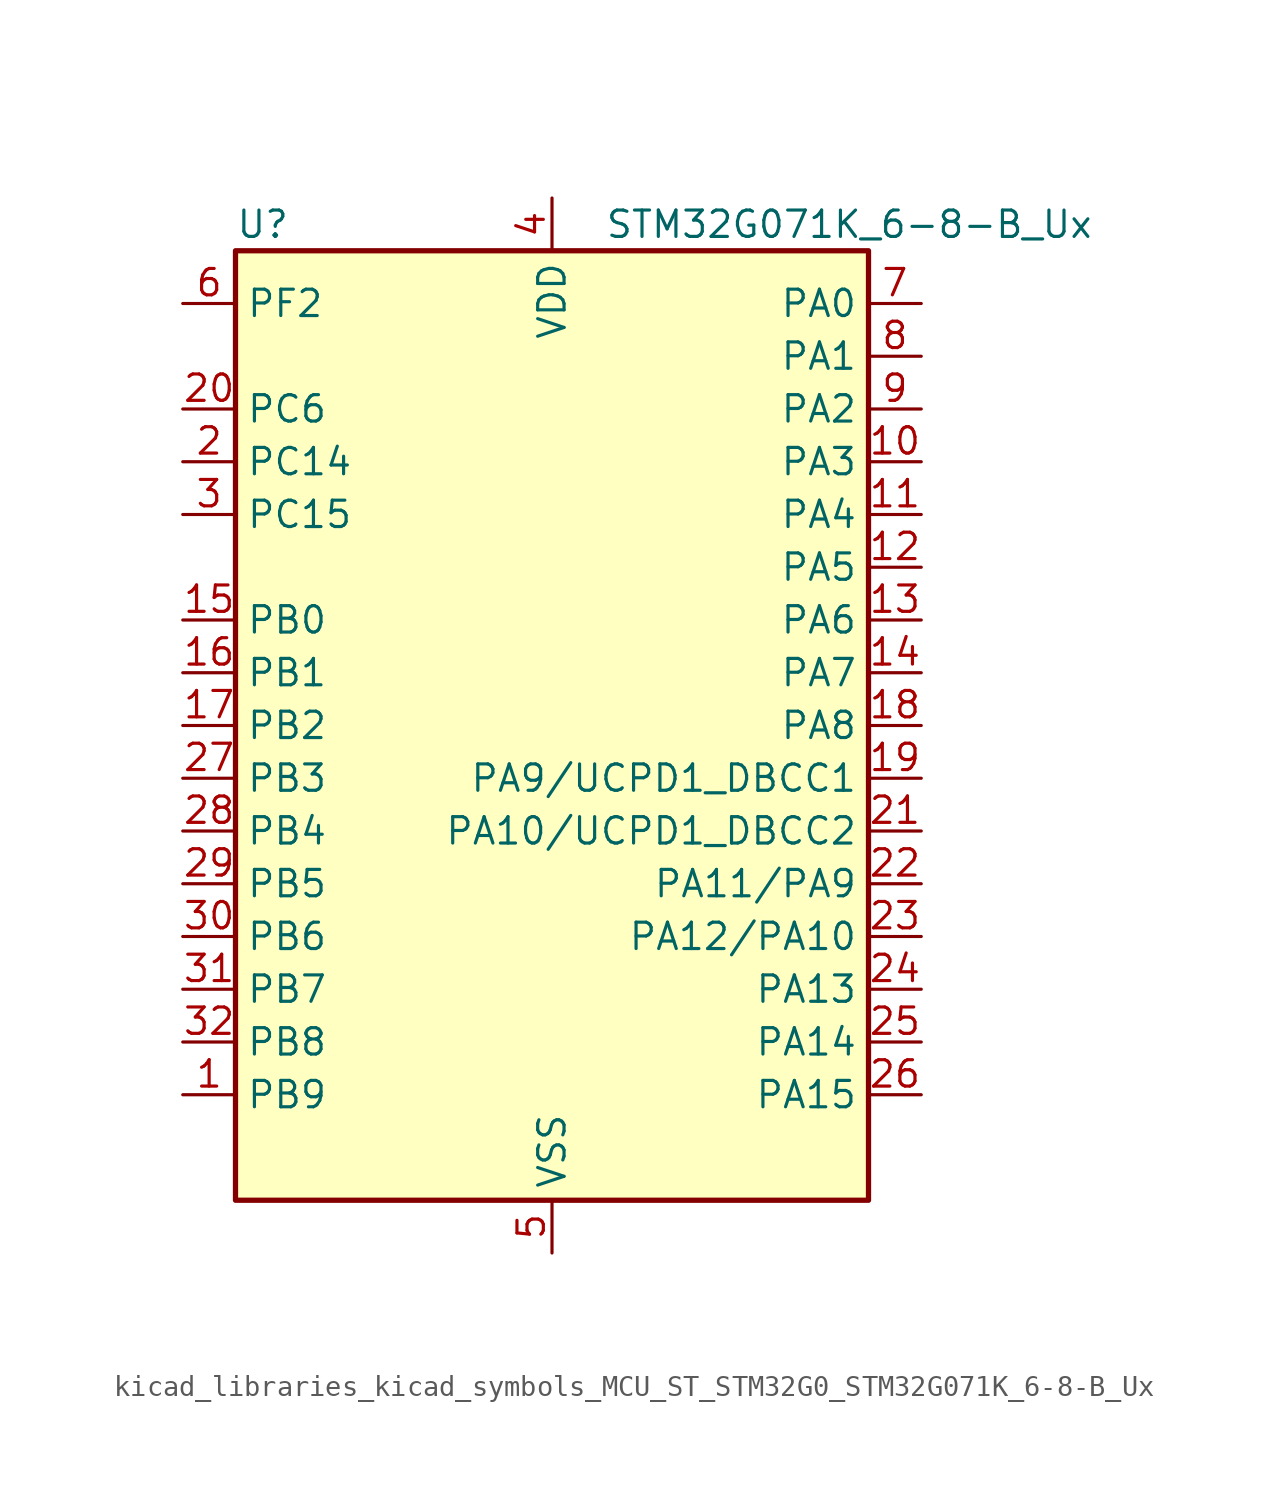
<source format=kicad_sym>
(kicad_symbol_lib
  (version 20220914)
  (generator kicad_symbol_editor)
  (symbol "kicad_libraries_kicad_symbols_MCU_ST_STM32G0_STM32G071K_6-8-B_Ux"
    (property "Reference" "U"
      (at -15.24 24.13 0)
      (effects (font (size 1.27 1.27)) (justify left)))
    (property "Value" "STM32G071K_6-8-B_Ux"
      (at 2.54 24.13 0)
      (effects (font (size 1.27 1.27)) (justify left)))
    (property "ki_locked" ""
      (at 0 0 0)
      (effects (font (size 1.27 1.27))))
    (symbol "kicad_libraries_kicad_symbols_MCU_ST_STM32G0_STM32G071K_6-8-B_Ux_0_1"
      (rectangle (start -15.24 -22.86) (end 15.24 22.86) (stroke (width 0.254) (type default)) (fill (type background))))
    (symbol "kicad_libraries_kicad_symbols_MCU_ST_STM32G0_STM32G071K_6-8-B_Ux_1_1"
      (pin bidirectional line (at -17.78 -17.78 0) (length 2.54) (name "PB9" (effects (font (size 1.27 1.27)))) (number "1" (effects (font (size 1.27 1.27)))) (alternate "DAC1_EXTI9" bidirectional line) (alternate "I2C1_SDA" bidirectional line) (alternate "IR_OUT" bidirectional line) (alternate "SPI2_NSS" bidirectional line) (alternate "TIM17_CH1" bidirectional line) (alternate "USART3_RX" bidirectional line))
      (pin bidirectional line (at 17.78 12.7 180) (length 2.54) (name "PA3" (effects (font (size 1.27 1.27)))) (number "10" (effects (font (size 1.27 1.27)))) (alternate "ADC1_IN3" bidirectional line) (alternate "COMP2_INP" bidirectional line) (alternate "LPUART1_RX" bidirectional line) (alternate "SPI2_MISO" bidirectional line) (alternate "TIM15_CH2" bidirectional line) (alternate "TIM2_CH4" bidirectional line) (alternate "USART2_RX" bidirectional line))
      (pin bidirectional line (at 17.78 10.16 180) (length 2.54) (name "PA4" (effects (font (size 1.27 1.27)))) (number "11" (effects (font (size 1.27 1.27)))) (alternate "ADC1_IN4" bidirectional line) (alternate "DAC1_OUT1" bidirectional line) (alternate "I2S1_WS" bidirectional line) (alternate "LPTIM2_OUT" bidirectional line) (alternate "RTC_OUT_ALARM" bidirectional line) (alternate "RTC_OUT_CALIB" bidirectional line) (alternate "RTC_TAMP_IN1" bidirectional line) (alternate "RTC_TS" bidirectional line) (alternate "SPI1_NSS" bidirectional line) (alternate "SPI2_MOSI" bidirectional line) (alternate "SYS_WKUP2" bidirectional line) (alternate "TIM14_CH1" bidirectional line))
      (pin bidirectional line (at 17.78 7.62 180) (length 2.54) (name "PA5" (effects (font (size 1.27 1.27)))) (number "12" (effects (font (size 1.27 1.27)))) (alternate "ADC1_IN5" bidirectional line) (alternate "CEC" bidirectional line) (alternate "DAC1_OUT2" bidirectional line) (alternate "I2S1_CK" bidirectional line) (alternate "LPTIM2_ETR" bidirectional line) (alternate "SPI1_SCK" bidirectional line) (alternate "TIM2_CH1" bidirectional line) (alternate "TIM2_ETR" bidirectional line) (alternate "UCPD1_FRSTX1" bidirectional line) (alternate "UCPD1_FRSTX2" bidirectional line) (alternate "USART3_TX" bidirectional line))
      (pin bidirectional line (at 17.78 5.08 180) (length 2.54) (name "PA6" (effects (font (size 1.27 1.27)))) (number "13" (effects (font (size 1.27 1.27)))) (alternate "ADC1_IN6" bidirectional line) (alternate "COMP1_OUT" bidirectional line) (alternate "I2S1_MCK" bidirectional line) (alternate "LPUART1_CTS" bidirectional line) (alternate "SPI1_MISO" bidirectional line) (alternate "TIM16_CH1" bidirectional line) (alternate "TIM1_BK" bidirectional line) (alternate "TIM3_CH1" bidirectional line) (alternate "USART3_CTS" bidirectional line) (alternate "USART3_NSS" bidirectional line))
      (pin bidirectional line (at 17.78 2.54 180) (length 2.54) (name "PA7" (effects (font (size 1.27 1.27)))) (number "14" (effects (font (size 1.27 1.27)))) (alternate "ADC1_IN7" bidirectional line) (alternate "COMP2_OUT" bidirectional line) (alternate "I2S1_SD" bidirectional line) (alternate "SPI1_MOSI" bidirectional line) (alternate "TIM14_CH1" bidirectional line) (alternate "TIM17_CH1" bidirectional line) (alternate "TIM1_CH1N" bidirectional line) (alternate "TIM3_CH2" bidirectional line) (alternate "UCPD1_FRSTX1" bidirectional line) (alternate "UCPD1_FRSTX2" bidirectional line))
      (pin bidirectional line (at -17.78 5.08 0) (length 2.54) (name "PB0" (effects (font (size 1.27 1.27)))) (number "15" (effects (font (size 1.27 1.27)))) (alternate "ADC1_IN8" bidirectional line) (alternate "COMP1_OUT" bidirectional line) (alternate "I2S1_WS" bidirectional line) (alternate "LPTIM1_OUT" bidirectional line) (alternate "SPI1_NSS" bidirectional line) (alternate "TIM1_CH2N" bidirectional line) (alternate "TIM3_CH3" bidirectional line) (alternate "UCPD1_FRSTX1" bidirectional line) (alternate "UCPD1_FRSTX2" bidirectional line) (alternate "USART3_RX" bidirectional line))
      (pin bidirectional line (at -17.78 2.54 0) (length 2.54) (name "PB1" (effects (font (size 1.27 1.27)))) (number "16" (effects (font (size 1.27 1.27)))) (alternate "ADC1_IN9" bidirectional line) (alternate "COMP1_INM" bidirectional line) (alternate "LPTIM2_IN1" bidirectional line) (alternate "LPUART1_DE" bidirectional line) (alternate "LPUART1_RTS" bidirectional line) (alternate "TIM14_CH1" bidirectional line) (alternate "TIM1_CH3N" bidirectional line) (alternate "TIM3_CH4" bidirectional line) (alternate "USART3_CK" bidirectional line) (alternate "USART3_DE" bidirectional line) (alternate "USART3_RTS" bidirectional line))
      (pin bidirectional line (at -17.78 0 0) (length 2.54) (name "PB2" (effects (font (size 1.27 1.27)))) (number "17" (effects (font (size 1.27 1.27)))) (alternate "ADC1_IN10" bidirectional line) (alternate "COMP1_INP" bidirectional line) (alternate "LPTIM1_OUT" bidirectional line) (alternate "SPI2_MISO" bidirectional line) (alternate "USART3_TX" bidirectional line))
      (pin bidirectional line (at 17.78 0 180) (length 2.54) (name "PA8" (effects (font (size 1.27 1.27)))) (number "18" (effects (font (size 1.27 1.27)))) (alternate "LPTIM2_OUT" bidirectional line) (alternate "RCC_MCO" bidirectional line) (alternate "SPI2_NSS" bidirectional line) (alternate "TIM1_CH1" bidirectional line) (alternate "UCPD1_CC1" bidirectional line))
      (pin bidirectional line (at 17.78 -2.54 180) (length 2.54) (name "PA9/UCPD1_DBCC1" (effects (font (size 1.27 1.27)))) (number "19" (effects (font (size 1.27 1.27)))) (alternate "DAC1_EXTI9" bidirectional line) (alternate "I2C1_SCL" bidirectional line) (alternate "RCC_MCO" bidirectional line) (alternate "SPI2_MISO" bidirectional line) (alternate "TIM15_BK" bidirectional line) (alternate "TIM1_CH2" bidirectional line) (alternate "UCPD1_DBCC1" bidirectional line) (alternate "USART1_TX" bidirectional line))
      (pin bidirectional line (at -17.78 12.7 0) (length 2.54) (name "PC14" (effects (font (size 1.27 1.27)))) (number "2" (effects (font (size 1.27 1.27)))) (alternate "RCC_OSC32_IN" bidirectional line) (alternate "RCC_OSC_IN" bidirectional line) (alternate "TIM1_BK2" bidirectional line))
      (pin bidirectional line (at -17.78 15.24 0) (length 2.54) (name "PC6" (effects (font (size 1.27 1.27)))) (number "20" (effects (font (size 1.27 1.27)))) (alternate "TIM2_CH3" bidirectional line) (alternate "TIM3_CH1" bidirectional line) (alternate "UCPD1_FRSTX1" bidirectional line) (alternate "UCPD1_FRSTX2" bidirectional line))
      (pin bidirectional line (at 17.78 -5.08 180) (length 2.54) (name "PA10/UCPD1_DBCC2" (effects (font (size 1.27 1.27)))) (number "21" (effects (font (size 1.27 1.27)))) (alternate "I2C1_SDA" bidirectional line) (alternate "SPI2_MOSI" bidirectional line) (alternate "TIM17_BK" bidirectional line) (alternate "TIM1_CH3" bidirectional line) (alternate "UCPD1_DBCC2" bidirectional line) (alternate "USART1_RX" bidirectional line))
      (pin bidirectional line (at 17.78 -7.62 180) (length 2.54) (name "PA11/PA9" (effects (font (size 1.27 1.27)))) (number "22" (effects (font (size 1.27 1.27)))) (alternate "ADC1_EXTI11" bidirectional line) (alternate "COMP1_OUT" bidirectional line) (alternate "I2C2_SCL" bidirectional line) (alternate "I2S1_MCK" bidirectional line) (alternate "SPI1_MISO" bidirectional line) (alternate "TIM1_BK2" bidirectional line) (alternate "TIM1_CH4" bidirectional line) (alternate "USART1_CTS" bidirectional line) (alternate "USART1_NSS" bidirectional line))
      (pin bidirectional line (at 17.78 -10.16 180) (length 2.54) (name "PA12/PA10" (effects (font (size 1.27 1.27)))) (number "23" (effects (font (size 1.27 1.27)))) (alternate "COMP2_OUT" bidirectional line) (alternate "I2C2_SDA" bidirectional line) (alternate "I2S1_SD" bidirectional line) (alternate "I2S_CKIN" bidirectional line) (alternate "SPI1_MOSI" bidirectional line) (alternate "TIM1_ETR" bidirectional line) (alternate "USART1_CK" bidirectional line) (alternate "USART1_DE" bidirectional line) (alternate "USART1_RTS" bidirectional line))
      (pin bidirectional line (at 17.78 -12.7 180) (length 2.54) (name "PA13" (effects (font (size 1.27 1.27)))) (number "24" (effects (font (size 1.27 1.27)))) (alternate "IR_OUT" bidirectional line) (alternate "SYS_SWDIO" bidirectional line))
      (pin bidirectional line (at 17.78 -15.24 180) (length 2.54) (name "PA14" (effects (font (size 1.27 1.27)))) (number "25" (effects (font (size 1.27 1.27)))) (alternate "SYS_SWCLK" bidirectional line) (alternate "USART2_TX" bidirectional line))
      (pin bidirectional line (at 17.78 -17.78 180) (length 2.54) (name "PA15" (effects (font (size 1.27 1.27)))) (number "26" (effects (font (size 1.27 1.27)))) (alternate "I2S1_WS" bidirectional line) (alternate "SPI1_NSS" bidirectional line) (alternate "TIM2_CH1" bidirectional line) (alternate "TIM2_ETR" bidirectional line) (alternate "USART2_RX" bidirectional line) (alternate "USART3_CK" bidirectional line) (alternate "USART3_DE" bidirectional line) (alternate "USART3_RTS" bidirectional line) (alternate "USART4_CK" bidirectional line) (alternate "USART4_DE" bidirectional line) (alternate "USART4_RTS" bidirectional line))
      (pin bidirectional line (at -17.78 -2.54 0) (length 2.54) (name "PB3" (effects (font (size 1.27 1.27)))) (number "27" (effects (font (size 1.27 1.27)))) (alternate "COMP2_INM" bidirectional line) (alternate "I2S1_CK" bidirectional line) (alternate "SPI1_SCK" bidirectional line) (alternate "TIM1_CH2" bidirectional line) (alternate "TIM2_CH2" bidirectional line) (alternate "USART1_CK" bidirectional line) (alternate "USART1_DE" bidirectional line) (alternate "USART1_RTS" bidirectional line))
      (pin bidirectional line (at -17.78 -5.08 0) (length 2.54) (name "PB4" (effects (font (size 1.27 1.27)))) (number "28" (effects (font (size 1.27 1.27)))) (alternate "COMP2_INP" bidirectional line) (alternate "I2S1_MCK" bidirectional line) (alternate "SPI1_MISO" bidirectional line) (alternate "TIM17_BK" bidirectional line) (alternate "TIM3_CH1" bidirectional line) (alternate "USART1_CTS" bidirectional line) (alternate "USART1_NSS" bidirectional line))
      (pin bidirectional line (at -17.78 -7.62 0) (length 2.54) (name "PB5" (effects (font (size 1.27 1.27)))) (number "29" (effects (font (size 1.27 1.27)))) (alternate "COMP2_OUT" bidirectional line) (alternate "I2C1_SMBA" bidirectional line) (alternate "I2S1_SD" bidirectional line) (alternate "LPTIM1_IN1" bidirectional line) (alternate "SPI1_MOSI" bidirectional line) (alternate "SYS_WKUP6" bidirectional line) (alternate "TIM16_BK" bidirectional line) (alternate "TIM3_CH2" bidirectional line))
      (pin bidirectional line (at -17.78 10.16 0) (length 2.54) (name "PC15" (effects (font (size 1.27 1.27)))) (number "3" (effects (font (size 1.27 1.27)))) (alternate "RCC_OSC32_EN" bidirectional line) (alternate "RCC_OSC32_OUT" bidirectional line) (alternate "RCC_OSC_EN" bidirectional line) (alternate "TIM15_BK" bidirectional line))
      (pin bidirectional line (at -17.78 -10.16 0) (length 2.54) (name "PB6" (effects (font (size 1.27 1.27)))) (number "30" (effects (font (size 1.27 1.27)))) (alternate "COMP2_INP" bidirectional line) (alternate "I2C1_SCL" bidirectional line) (alternate "LPTIM1_ETR" bidirectional line) (alternate "SPI2_MISO" bidirectional line) (alternate "TIM16_CH1N" bidirectional line) (alternate "TIM1_CH3" bidirectional line) (alternate "USART1_TX" bidirectional line))
      (pin bidirectional line (at -17.78 -12.7 0) (length 2.54) (name "PB7" (effects (font (size 1.27 1.27)))) (number "31" (effects (font (size 1.27 1.27)))) (alternate "COMP2_INM" bidirectional line) (alternate "I2C1_SDA" bidirectional line) (alternate "LPTIM1_IN2" bidirectional line) (alternate "SPI2_MOSI" bidirectional line) (alternate "SYS_PVD_IN" bidirectional line) (alternate "TIM17_CH1N" bidirectional line) (alternate "USART1_RX" bidirectional line) (alternate "USART4_CTS" bidirectional line) (alternate "USART4_NSS" bidirectional line))
      (pin bidirectional line (at -17.78 -15.24 0) (length 2.54) (name "PB8" (effects (font (size 1.27 1.27)))) (number "32" (effects (font (size 1.27 1.27)))) (alternate "CEC" bidirectional line) (alternate "I2C1_SCL" bidirectional line) (alternate "SPI2_SCK" bidirectional line) (alternate "TIM15_BK" bidirectional line) (alternate "TIM16_CH1" bidirectional line) (alternate "USART3_TX" bidirectional line))
      (pin passive line (at 0 -25.4 90) (length 2.54) hide (name "VSS" (effects (font (size 1.27 1.27)))) (number "33" (effects (font (size 1.27 1.27)))))
      (pin power_in line (at 0 25.4 270) (length 2.54) (name "VDD" (effects (font (size 1.27 1.27)))) (number "4" (effects (font (size 1.27 1.27)))))
      (pin power_in line (at 0 -25.4 90) (length 2.54) (name "VSS" (effects (font (size 1.27 1.27)))) (number "5" (effects (font (size 1.27 1.27)))))
      (pin bidirectional line (at -17.78 20.32 0) (length 2.54) (name "PF2" (effects (font (size 1.27 1.27)))) (number "6" (effects (font (size 1.27 1.27)))) (alternate "RCC_MCO" bidirectional line))
      (pin bidirectional line (at 17.78 20.32 180) (length 2.54) (name "PA0" (effects (font (size 1.27 1.27)))) (number "7" (effects (font (size 1.27 1.27)))) (alternate "ADC1_IN0" bidirectional line) (alternate "COMP1_INM" bidirectional line) (alternate "COMP1_OUT" bidirectional line) (alternate "LPTIM1_OUT" bidirectional line) (alternate "RTC_TAMP_IN2" bidirectional line) (alternate "SPI2_SCK" bidirectional line) (alternate "SYS_WKUP1" bidirectional line) (alternate "TIM2_CH1" bidirectional line) (alternate "TIM2_ETR" bidirectional line) (alternate "USART2_CTS" bidirectional line) (alternate "USART2_NSS" bidirectional line) (alternate "USART4_TX" bidirectional line))
      (pin bidirectional line (at 17.78 17.78 180) (length 2.54) (name "PA1" (effects (font (size 1.27 1.27)))) (number "8" (effects (font (size 1.27 1.27)))) (alternate "ADC1_IN1" bidirectional line) (alternate "COMP1_INP" bidirectional line) (alternate "I2C1_SMBA" bidirectional line) (alternate "I2S1_CK" bidirectional line) (alternate "SPI1_SCK" bidirectional line) (alternate "TIM15_CH1N" bidirectional line) (alternate "TIM2_CH2" bidirectional line) (alternate "USART2_CK" bidirectional line) (alternate "USART2_DE" bidirectional line) (alternate "USART2_RTS" bidirectional line) (alternate "USART4_RX" bidirectional line))
      (pin bidirectional line (at 17.78 15.24 180) (length 2.54) (name "PA2" (effects (font (size 1.27 1.27)))) (number "9" (effects (font (size 1.27 1.27)))) (alternate "ADC1_IN2" bidirectional line) (alternate "COMP2_INM" bidirectional line) (alternate "COMP2_OUT" bidirectional line) (alternate "I2S1_SD" bidirectional line) (alternate "LPUART1_TX" bidirectional line) (alternate "RCC_LSCO" bidirectional line) (alternate "SPI1_MOSI" bidirectional line) (alternate "SYS_WKUP4" bidirectional line) (alternate "TIM15_CH1" bidirectional line) (alternate "TIM2_CH3" bidirectional line) (alternate "UCPD1_FRSTX1" bidirectional line) (alternate "UCPD1_FRSTX2" bidirectional line) (alternate "USART2_TX" bidirectional line)))))
</source>
